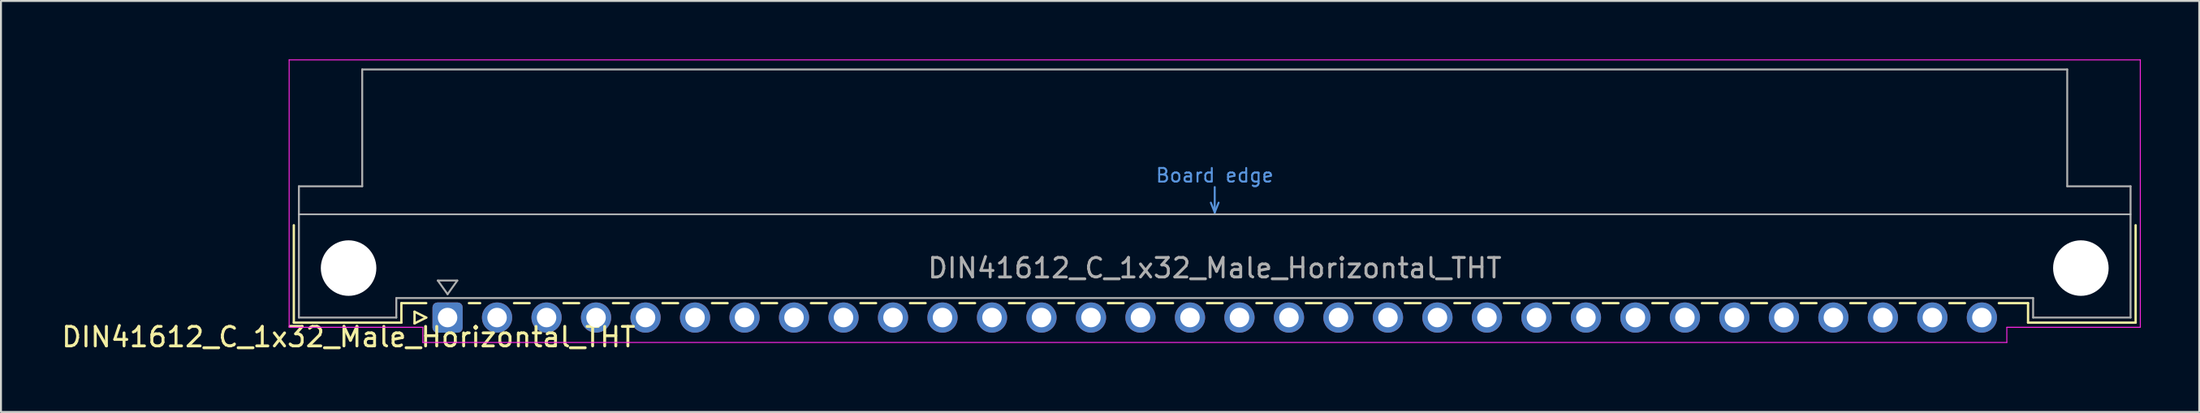
<source format=kicad_pcb>
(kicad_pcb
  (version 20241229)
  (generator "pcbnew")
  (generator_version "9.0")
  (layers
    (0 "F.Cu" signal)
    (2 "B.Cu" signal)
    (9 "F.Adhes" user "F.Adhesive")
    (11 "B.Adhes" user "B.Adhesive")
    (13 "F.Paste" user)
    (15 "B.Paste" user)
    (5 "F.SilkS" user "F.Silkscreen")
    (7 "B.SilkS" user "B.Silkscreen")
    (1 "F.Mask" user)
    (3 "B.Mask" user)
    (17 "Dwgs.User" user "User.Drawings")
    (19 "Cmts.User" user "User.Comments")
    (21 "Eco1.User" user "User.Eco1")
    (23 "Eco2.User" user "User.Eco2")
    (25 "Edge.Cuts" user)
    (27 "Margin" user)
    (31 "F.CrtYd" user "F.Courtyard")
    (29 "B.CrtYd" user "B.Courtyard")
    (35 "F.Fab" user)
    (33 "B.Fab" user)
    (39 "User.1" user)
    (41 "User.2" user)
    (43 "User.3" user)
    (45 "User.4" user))
  (footprint "DIN41612_C_1x32_Male_Horizontal_THT"
    (layer "F.Cu")
    (at 19.919 13.255)
    (property "Reference" "DIN41612_C_1x32_Male_Horizontal_THT" (at -5.08 1 0) (layer "F.SilkS") (effects (font (size 1 1) (thickness 0.15))))
    (attr through_hole)
    (fp_line (start -7.89 -4.74) (end -7.89 0.26) (stroke (width 0.12) (type solid)) (layer "F.SilkS"))
    (fp_line (start -7.89 0.26) (end -2.37 0.26) (stroke (width 0.12) (type solid)) (layer "F.SilkS"))
    (fp_line (start -2.371 -0.74) (end -1.095 -0.74) (stroke (width 0.12) (type solid)) (layer "F.SilkS"))
    (fp_line (start -2.37 0.26) (end -2.37 -0.74) (stroke (width 0.12) (type solid)) (layer "F.SilkS"))
    (fp_line (start -1.695 -0.3) (end -1.695 0.3) (stroke (width 0.12) (type solid)) (layer "F.SilkS"))
    (fp_line (start -1.695 0.3) (end -1.095 0) (stroke (width 0.12) (type solid)) (layer "F.SilkS"))
    (fp_line (start -1.095 0) (end -1.695 -0.3) (stroke (width 0.12) (type solid)) (layer "F.SilkS"))
    (fp_line (start 1.095 -0.74) (end 1.671 -0.74) (stroke (width 0.12) (type solid)) (layer "F.SilkS"))
    (fp_line (start 3.41 -0.74) (end 4.211 -0.74) (stroke (width 0.12) (type solid)) (layer "F.SilkS"))
    (fp_line (start 5.95 -0.74) (end 6.751 -0.74) (stroke (width 0.12) (type solid)) (layer "F.SilkS"))
    (fp_line (start 8.49 -0.74) (end 9.291 -0.74) (stroke (width 0.12) (type solid)) (layer "F.SilkS"))
    (fp_line (start 11.03 -0.74) (end 11.831 -0.74) (stroke (width 0.12) (type solid)) (layer "F.SilkS"))
    (fp_line (start 13.57 -0.74) (end 14.371 -0.74) (stroke (width 0.12) (type solid)) (layer "F.SilkS"))
    (fp_line (start 16.11 -0.74) (end 16.911 -0.74) (stroke (width 0.12) (type solid)) (layer "F.SilkS"))
    (fp_line (start 18.65 -0.74) (end 19.451 -0.74) (stroke (width 0.12) (type solid)) (layer "F.SilkS"))
    (fp_line (start 21.19 -0.74) (end 21.991 -0.74) (stroke (width 0.12) (type solid)) (layer "F.SilkS"))
    (fp_line (start 23.73 -0.74) (end 24.531 -0.74) (stroke (width 0.12) (type solid)) (layer "F.SilkS"))
    (fp_line (start 26.27 -0.74) (end 27.071 -0.74) (stroke (width 0.12) (type solid)) (layer "F.SilkS"))
    (fp_line (start 28.81 -0.74) (end 29.611 -0.74) (stroke (width 0.12) (type solid)) (layer "F.SilkS"))
    (fp_line (start 31.35 -0.74) (end 32.151 -0.74) (stroke (width 0.12) (type solid)) (layer "F.SilkS"))
    (fp_line (start 33.89 -0.74) (end 34.691 -0.74) (stroke (width 0.12) (type solid)) (layer "F.SilkS"))
    (fp_line (start 36.43 -0.74) (end 37.231 -0.74) (stroke (width 0.12) (type solid)) (layer "F.SilkS"))
    (fp_line (start 38.97 -0.74) (end 39.771 -0.74) (stroke (width 0.12) (type solid)) (layer "F.SilkS"))
    (fp_line (start 41.51 -0.74) (end 42.311 -0.74) (stroke (width 0.12) (type solid)) (layer "F.SilkS"))
    (fp_line (start 44.05 -0.74) (end 44.851 -0.74) (stroke (width 0.12) (type solid)) (layer "F.SilkS"))
    (fp_line (start 46.59 -0.74) (end 47.391 -0.74) (stroke (width 0.12) (type solid)) (layer "F.SilkS"))
    (fp_line (start 49.13 -0.74) (end 49.931 -0.74) (stroke (width 0.12) (type solid)) (layer "F.SilkS"))
    (fp_line (start 51.67 -0.74) (end 52.471 -0.74) (stroke (width 0.12) (type solid)) (layer "F.SilkS"))
    (fp_line (start 54.21 -0.74) (end 55.011 -0.74) (stroke (width 0.12) (type solid)) (layer "F.SilkS"))
    (fp_line (start 56.75 -0.74) (end 57.551 -0.74) (stroke (width 0.12) (type solid)) (layer "F.SilkS"))
    (fp_line (start 59.29 -0.74) (end 60.091 -0.74) (stroke (width 0.12) (type solid)) (layer "F.SilkS"))
    (fp_line (start 61.83 -0.74) (end 62.631 -0.74) (stroke (width 0.12) (type solid)) (layer "F.SilkS"))
    (fp_line (start 64.37 -0.74) (end 65.171 -0.74) (stroke (width 0.12) (type solid)) (layer "F.SilkS"))
    (fp_line (start 66.91 -0.74) (end 67.711 -0.74) (stroke (width 0.12) (type solid)) (layer "F.SilkS"))
    (fp_line (start 69.45 -0.74) (end 70.251 -0.74) (stroke (width 0.12) (type solid)) (layer "F.SilkS"))
    (fp_line (start 71.99 -0.74) (end 72.791 -0.74) (stroke (width 0.12) (type solid)) (layer "F.SilkS"))
    (fp_line (start 74.53 -0.74) (end 75.331 -0.74) (stroke (width 0.12) (type solid)) (layer "F.SilkS"))
    (fp_line (start 77.07 -0.74) (end 77.871 -0.74) (stroke (width 0.12) (type solid)) (layer "F.SilkS"))
    (fp_line (start 79.61 -0.74) (end 81.11 -0.74) (stroke (width 0.12) (type solid)) (layer "F.SilkS"))
    (fp_line (start 81.11 0.26) (end 81.11 -0.74) (stroke (width 0.12) (type solid)) (layer "F.SilkS"))
    (fp_line (start 86.63 -4.74) (end 86.63 0.26) (stroke (width 0.12) (type solid)) (layer "F.SilkS"))
    (fp_line (start 86.63 0.26) (end 81.11 0.26) (stroke (width 0.12) (type solid)) (layer "F.SilkS"))
    (fp_line (start -7.63 -5.3) (end 86.37 -5.3) (stroke (width 0.08) (type solid)) (layer "Dwgs.User"))
    (fp_line (start 39.17 -5.9) (end 39.37 -5.4) (stroke (width 0.1) (type solid)) (layer "Cmts.User"))
    (fp_line (start 39.37 -5.4) (end 39.37 -6.7) (stroke (width 0.1) (type solid)) (layer "Cmts.User"))
    (fp_line (start 39.37 -5.4) (end 39.57 -5.9) (stroke (width 0.1) (type solid)) (layer "Cmts.User"))
    (fp_line (start -8.13 -13.23) (end -8.13 0.5) (stroke (width 0.05) (type solid)) (layer "F.CrtYd"))
    (fp_line (start -8.13 0.5) (end -1.27 0.5) (stroke (width 0.05) (type solid)) (layer "F.CrtYd"))
    (fp_line (start -1.27 0.5) (end -1.27 1.28) (stroke (width 0.05) (type solid)) (layer "F.CrtYd"))
    (fp_line (start -1.27 1.28) (end 80.02 1.28) (stroke (width 0.05) (type solid)) (layer "F.CrtYd"))
    (fp_line (start 80.02 0.5) (end 86.87 0.5) (stroke (width 0.05) (type solid)) (layer "F.CrtYd"))
    (fp_line (start 80.02 1.28) (end 80.02 0.5) (stroke (width 0.05) (type solid)) (layer "F.CrtYd"))
    (fp_line (start 86.87 -13.23) (end -8.13 -13.23) (stroke (width 0.05) (type solid)) (layer "F.CrtYd"))
    (fp_line (start 86.87 0.5) (end 86.87 -13.23) (stroke (width 0.05) (type solid)) (layer "F.CrtYd"))
    (fp_line (start -7.63 -6.74) (end -7.63 0) (stroke (width 0.1) (type solid)) (layer "F.Fab"))
    (fp_line (start -7.63 0) (end -2.63 0) (stroke (width 0.1) (type solid)) (layer "F.Fab"))
    (fp_line (start -4.38 -12.74) (end -4.38 -6.74) (stroke (width 0.1) (type solid)) (layer "F.Fab"))
    (fp_line (start -4.38 -6.74) (end -7.63 -6.74) (stroke (width 0.1) (type solid)) (layer "F.Fab"))
    (fp_line (start -2.63 -1) (end 81.37 -1) (stroke (width 0.1) (type solid)) (layer "F.Fab"))
    (fp_line (start -2.63 0) (end -2.63 -1) (stroke (width 0.1) (type solid)) (layer "F.Fab"))
    (fp_line (start -0.5 -1.9) (end 0.5 -1.9) (stroke (width 0.1) (type solid)) (layer "F.Fab"))
    (fp_line (start 0 -1.2) (end -0.5 -1.9) (stroke (width 0.1) (type solid)) (layer "F.Fab"))
    (fp_line (start 0.5 -1.9) (end 0 -1.2) (stroke (width 0.1) (type solid)) (layer "F.Fab"))
    (fp_line (start 81.37 -1) (end 81.37 0) (stroke (width 0.1) (type solid)) (layer "F.Fab"))
    (fp_line (start 81.37 0) (end 86.37 0) (stroke (width 0.1) (type solid)) (layer "F.Fab"))
    (fp_line (start 83.12 -12.74) (end -4.38 -12.74) (stroke (width 0.1) (type solid)) (layer "F.Fab"))
    (fp_line (start 83.12 -6.74) (end 83.12 -12.74) (stroke (width 0.1) (type solid)) (layer "F.Fab"))
    (fp_line (start 86.37 -6.74) (end 83.12 -6.74) (stroke (width 0.1) (type solid)) (layer "F.Fab"))
    (fp_line (start 86.37 0) (end 86.37 -6.74) (stroke (width 0.1) (type solid)) (layer "F.Fab"))
    (fp_text user "Board edge" (at 39.37 -7.3 0) (layer "Cmts.User") (effects (font (size 0.7 0.7) (thickness 0.1))))
    (fp_text user "${REFERENCE}" (at 39.37 -2.54 0) (layer "F.Fab") (effects (font (size 1 1) (thickness 0.15))))
    (pad "" np_thru_hole circle (at -5.08 -2.54) (size 2.85 2.85) (drill 2.85) (layers "*.Cu" "*.Mask"))
    (pad "" np_thru_hole circle (at 83.82 -2.54) (size 2.85 2.85) (drill 2.85) (layers "*.Cu" "*.Mask"))
    (pad "a1" thru_hole roundrect (at 0 0) (size 1.55 1.55) (drill 1) (layers "*.Cu" "*.Mask") (roundrect_rratio 0.161))
    (pad "a2" thru_hole circle (at 2.54 0) (size 1.55 1.55) (drill 1) (layers "*.Cu" "*.Mask"))
    (pad "a3" thru_hole circle (at 5.08 0) (size 1.55 1.55) (drill 1) (layers "*.Cu" "*.Mask"))
    (pad "a4" thru_hole circle (at 7.62 0) (size 1.55 1.55) (drill 1) (layers "*.Cu" "*.Mask"))
    (pad "a5" thru_hole circle (at 10.16 0) (size 1.55 1.55) (drill 1) (layers "*.Cu" "*.Mask"))
    (pad "a6" thru_hole circle (at 12.7 0) (size 1.55 1.55) (drill 1) (layers "*.Cu" "*.Mask"))
    (pad "a7" thru_hole circle (at 15.24 0) (size 1.55 1.55) (drill 1) (layers "*.Cu" "*.Mask"))
    (pad "a8" thru_hole circle (at 17.78 0) (size 1.55 1.55) (drill 1) (layers "*.Cu" "*.Mask"))
    (pad "a9" thru_hole circle (at 20.32 0) (size 1.55 1.55) (drill 1) (layers "*.Cu" "*.Mask"))
    (pad "a10" thru_hole circle (at 22.86 0) (size 1.55 1.55) (drill 1) (layers "*.Cu" "*.Mask"))
    (pad "a11" thru_hole circle (at 25.4 0) (size 1.55 1.55) (drill 1) (layers "*.Cu" "*.Mask"))
    (pad "a12" thru_hole circle (at 27.94 0) (size 1.55 1.55) (drill 1) (layers "*.Cu" "*.Mask"))
    (pad "a13" thru_hole circle (at 30.48 0) (size 1.55 1.55) (drill 1) (layers "*.Cu" "*.Mask"))
    (pad "a14" thru_hole circle (at 33.02 0) (size 1.55 1.55) (drill 1) (layers "*.Cu" "*.Mask"))
    (pad "a15" thru_hole circle (at 35.56 0) (size 1.55 1.55) (drill 1) (layers "*.Cu" "*.Mask"))
    (pad "a16" thru_hole circle (at 38.1 0) (size 1.55 1.55) (drill 1) (layers "*.Cu" "*.Mask"))
    (pad "a17" thru_hole circle (at 40.64 0) (size 1.55 1.55) (drill 1) (layers "*.Cu" "*.Mask"))
    (pad "a18" thru_hole circle (at 43.18 0) (size 1.55 1.55) (drill 1) (layers "*.Cu" "*.Mask"))
    (pad "a19" thru_hole circle (at 45.72 0) (size 1.55 1.55) (drill 1) (layers "*.Cu" "*.Mask"))
    (pad "a20" thru_hole circle (at 48.26 0) (size 1.55 1.55) (drill 1) (layers "*.Cu" "*.Mask"))
    (pad "a21" thru_hole circle (at 50.8 0) (size 1.55 1.55) (drill 1) (layers "*.Cu" "*.Mask"))
    (pad "a22" thru_hole circle (at 53.34 0) (size 1.55 1.55) (drill 1) (layers "*.Cu" "*.Mask"))
    (pad "a23" thru_hole circle (at 55.88 0) (size 1.55 1.55) (drill 1) (layers "*.Cu" "*.Mask"))
    (pad "a24" thru_hole circle (at 58.42 0) (size 1.55 1.55) (drill 1) (layers "*.Cu" "*.Mask"))
    (pad "a25" thru_hole circle (at 60.96 0) (size 1.55 1.55) (drill 1) (layers "*.Cu" "*.Mask"))
    (pad "a26" thru_hole circle (at 63.5 0) (size 1.55 1.55) (drill 1) (layers "*.Cu" "*.Mask"))
    (pad "a27" thru_hole circle (at 66.04 0) (size 1.55 1.55) (drill 1) (layers "*.Cu" "*.Mask"))
    (pad "a28" thru_hole circle (at 68.58 0) (size 1.55 1.55) (drill 1) (layers "*.Cu" "*.Mask"))
    (pad "a29" thru_hole circle (at 71.12 0) (size 1.55 1.55) (drill 1) (layers "*.Cu" "*.Mask"))
    (pad "a30" thru_hole circle (at 73.66 0) (size 1.55 1.55) (drill 1) (layers "*.Cu" "*.Mask"))
    (pad "a31" thru_hole circle (at 76.2 0) (size 1.55 1.55) (drill 1) (layers "*.Cu" "*.Mask"))
    (pad "a32" thru_hole circle (at 78.74 0) (size 1.55 1.55) (drill 1) (layers "*.Cu" "*.Mask")))
  (gr_rect
    (start -3 -3)
    (end 109.814 18.103)
    (stroke (width 0.1) (type default))
    (fill no)
    (layer "Edge.Cuts")))
</source>
